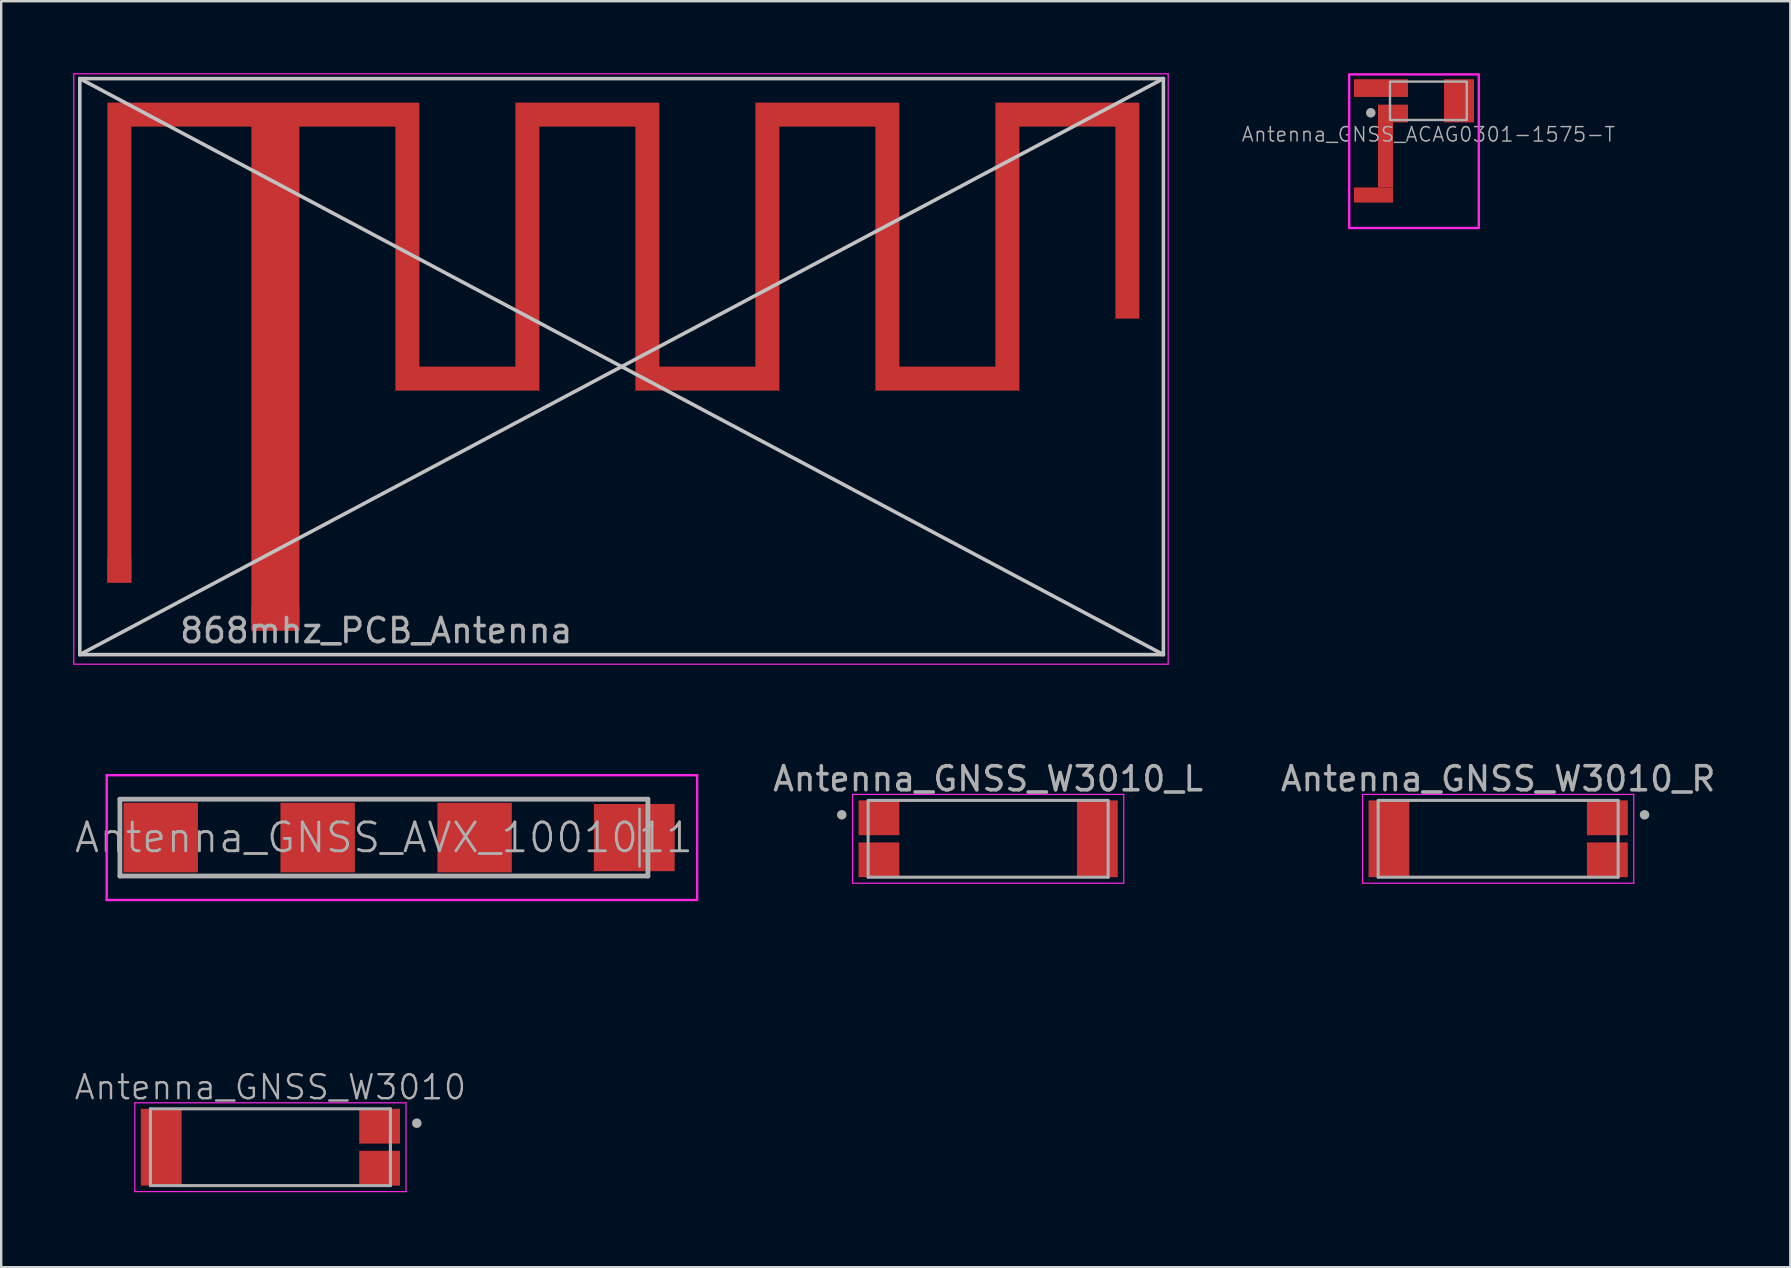
<source format=kicad_pcb>
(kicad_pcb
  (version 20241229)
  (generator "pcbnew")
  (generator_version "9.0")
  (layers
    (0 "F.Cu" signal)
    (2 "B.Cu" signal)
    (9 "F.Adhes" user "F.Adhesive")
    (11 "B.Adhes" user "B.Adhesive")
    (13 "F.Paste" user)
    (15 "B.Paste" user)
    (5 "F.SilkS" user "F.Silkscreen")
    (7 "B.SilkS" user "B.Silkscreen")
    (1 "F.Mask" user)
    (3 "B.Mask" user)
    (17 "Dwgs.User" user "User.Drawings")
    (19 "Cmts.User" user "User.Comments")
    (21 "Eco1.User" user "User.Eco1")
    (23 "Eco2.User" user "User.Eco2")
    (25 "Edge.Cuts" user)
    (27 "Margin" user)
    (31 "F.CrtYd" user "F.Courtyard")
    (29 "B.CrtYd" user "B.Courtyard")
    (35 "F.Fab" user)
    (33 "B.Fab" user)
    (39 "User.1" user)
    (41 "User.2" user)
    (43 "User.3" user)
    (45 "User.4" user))
  (footprint "Antenna_GNSS_W3010_L"
    (layer "F.Cu")
    (at 38.123 31.9)
    (property "Reference" "Antenna_GNSS_W3010_L" (at 0 -2.5 0) (layer "F.Fab") (effects (font (size 1 1) (thickness 0.15))))
    (attr smd)
    (fp_line (start -5.65 -1.85) (end 5.65 -1.85) (stroke (width 0.05) (type solid)) (layer "F.CrtYd"))
    (fp_line (start -5.65 1.85) (end -5.65 -1.85) (stroke (width 0.05) (type solid)) (layer "F.CrtYd"))
    (fp_line (start 5.65 -1.85) (end 5.65 1.85) (stroke (width 0.05) (type solid)) (layer "F.CrtYd"))
    (fp_line (start 5.65 1.85) (end -5.65 1.85) (stroke (width 0.05) (type solid)) (layer "F.CrtYd"))
    (fp_line (start -5 -1.6) (end 5 -1.6) (stroke (width 0.127) (type solid)) (layer "F.Fab"))
    (fp_line (start -5 1.6) (end -5 -1.6) (stroke (width 0.127) (type solid)) (layer "F.Fab"))
    (fp_line (start 5 -1.6) (end 5 1.6) (stroke (width 0.127) (type solid)) (layer "F.Fab"))
    (fp_line (start 5 1.6) (end -5 1.6) (stroke (width 0.127) (type solid)) (layer "F.Fab"))
    (fp_circle (center -6.1 -1) (end -6 -1) (stroke (width 0.2) (type solid)) (fill no) (layer "F.Fab"))
    (pad "1" smd rect (at -4.55 -0.875 270) (size 1.45 1.7) (layers "F.Cu" "F.Mask" "F.Paste"))
    (pad "2" smd rect (at -4.55 0.875 270) (size 1.45 1.7) (layers "F.Cu" "F.Mask" "F.Paste"))
    (pad "2" smd rect (at 4.55 0 270) (size 3.2 1.7) (layers "F.Cu" "F.Mask" "F.Paste"))
    (zone (net_name "") (layer "F.Cu") (hatch full 0.508) (connect_pads) (min_thickness 0.01) (filled_areas_thickness no) (keepout (tracks not_allowed) (vias not_allowed) (pads not_allowed) (copperpour not_allowed) (footprints allowed)) (placement (enabled no)) (fill) (polygon (pts (xy 32.723 27.65) (xy 43.523 27.65) (xy 43.523 30.3) (xy 41.823 30.3) (xy 41.823 31.75) (xy 43.523 31.75) (xy 43.523 32.05) (xy 41.823 32.05) (xy 41.823 33.5) (xy 43.523 33.5) (xy 43.523 33.9) (xy 32.723 33.9) (xy 32.723 33.5) (xy 34.423 33.5) (xy 34.423 30.3) (xy 32.723 30.3))))
    (zone (net_name "") (layers "F.Cu" "B.Cu") (hatch full 0.508) (connect_pads) (min_thickness 0.01) (filled_areas_thickness no) (keepout (tracks allowed) (vias not_allowed) (pads allowed) (copperpour allowed) (footprints allowed)) (placement (enabled no)) (fill) (polygon (pts (xy 32.723 27.65) (xy 43.523 27.65) (xy 43.523 30.3) (xy 41.823 30.3) (xy 41.823 31.75) (xy 43.523 31.75) (xy 43.523 32.05) (xy 41.823 32.05) (xy 41.823 33.5) (xy 43.523 33.5) (xy 43.523 33.9) (xy 32.723 33.9) (xy 32.723 33.5) (xy 34.423 33.5) (xy 34.423 30.3) (xy 32.723 30.3))))
    (zone (net_name "") (layer "B.Cu") (hatch full 0.508) (connect_pads) (min_thickness 0.01) (filled_areas_thickness no) (keepout (tracks not_allowed) (vias not_allowed) (pads not_allowed) (copperpour not_allowed) (footprints allowed)) (placement (enabled no)) (fill) (polygon (pts (xy 32.723 27.65) (xy 43.523 27.65) (xy 43.523 30.3) (xy 41.823 30.3) (xy 41.823 31.75) (xy 43.523 31.75) (xy 43.523 32.05) (xy 41.823 32.05) (xy 41.823 33.5) (xy 43.523 33.5) (xy 43.523 33.9) (xy 32.723 33.9) (xy 32.723 33.5) (xy 34.423 33.5) (xy 34.423 30.3) (xy 32.723 30.3)))))
  (footprint "Antenna_GNSS_W3010_R"
    (layer "F.Cu")
    (at 59.373 31.9)
    (property "Reference" "Antenna_GNSS_W3010_R" (at 0 -2.5 0) (layer "F.Fab") (effects (font (size 1 1) (thickness 0.15))))
    (attr smd)
    (fp_line (start -5.65 -1.85) (end 5.65 -1.85) (stroke (width 0.05) (type solid)) (layer "F.CrtYd"))
    (fp_line (start -5.65 1.85) (end -5.65 -1.85) (stroke (width 0.05) (type solid)) (layer "F.CrtYd"))
    (fp_line (start 5.65 -1.85) (end 5.65 1.85) (stroke (width 0.05) (type solid)) (layer "F.CrtYd"))
    (fp_line (start 5.65 1.85) (end -5.65 1.85) (stroke (width 0.05) (type solid)) (layer "F.CrtYd"))
    (fp_line (start -5 -1.6) (end 5 -1.6) (stroke (width 0.127) (type solid)) (layer "F.Fab"))
    (fp_line (start -5 1.6) (end -5 -1.6) (stroke (width 0.127) (type solid)) (layer "F.Fab"))
    (fp_line (start 5 -1.6) (end 5 1.6) (stroke (width 0.127) (type solid)) (layer "F.Fab"))
    (fp_line (start 5 1.6) (end -5 1.6) (stroke (width 0.127) (type solid)) (layer "F.Fab"))
    (fp_circle (center 6.1 -1) (end 6.2 -1) (stroke (width 0.2) (type solid)) (fill no) (layer "F.Fab"))
    (pad "1" smd rect (at 4.55 -0.875 90) (size 1.45 1.7) (layers "F.Cu" "F.Mask" "F.Paste"))
    (pad "2" smd rect (at -4.55 0 90) (size 3.2 1.7) (layers "F.Cu" "F.Mask" "F.Paste"))
    (pad "2" smd rect (at 4.55 0.875 90) (size 1.45 1.7) (layers "F.Cu" "F.Mask" "F.Paste"))
    (zone (net_name "") (layer "F.Cu") (hatch full 0.508) (connect_pads) (min_thickness 0.01) (filled_areas_thickness no) (keepout (tracks not_allowed) (vias not_allowed) (pads not_allowed) (copperpour not_allowed) (footprints allowed)) (placement (enabled no)) (fill) (polygon (pts (xy 53.973 27.65) (xy 64.773 27.65) (xy 64.773 30.3) (xy 63.073 30.3) (xy 63.073 31.75) (xy 64.773 31.75) (xy 64.773 32.05) (xy 63.073 32.05) (xy 63.073 33.5) (xy 64.773 33.5) (xy 64.773 33.9) (xy 53.973 33.9) (xy 53.973 33.5) (xy 55.673 33.5) (xy 55.673 30.3) (xy 53.973 30.3))))
    (zone (net_name "") (layers "F.Cu" "B.Cu") (hatch full 0.508) (connect_pads) (min_thickness 0.01) (filled_areas_thickness no) (keepout (tracks allowed) (vias not_allowed) (pads allowed) (copperpour allowed) (footprints allowed)) (placement (enabled no)) (fill) (polygon (pts (xy 53.973 27.65) (xy 64.773 27.65) (xy 64.773 30.3) (xy 63.073 30.3) (xy 63.073 31.75) (xy 64.773 31.75) (xy 64.773 32.05) (xy 63.073 32.05) (xy 63.073 33.5) (xy 64.773 33.5) (xy 64.773 33.9) (xy 53.973 33.9) (xy 53.973 33.5) (xy 55.673 33.5) (xy 55.673 30.3) (xy 53.973 30.3))))
    (zone (net_name "") (layer "B.Cu") (hatch full 0.508) (connect_pads) (min_thickness 0.01) (filled_areas_thickness no) (keepout (tracks not_allowed) (vias not_allowed) (pads not_allowed) (copperpour not_allowed) (footprints allowed)) (placement (enabled no)) (fill) (polygon (pts (xy 53.973 27.65) (xy 64.773 27.65) (xy 64.773 30.3) (xy 63.073 30.3) (xy 63.073 31.75) (xy 64.773 31.75) (xy 64.773 32.05) (xy 63.073 32.05) (xy 63.073 33.5) (xy 64.773 33.5) (xy 64.773 33.9) (xy 53.973 33.9) (xy 53.973 33.5) (xy 55.673 33.5) (xy 55.673 30.3) (xy 53.973 30.3)))))
  (footprint "Antenna_GNSS_AVX_1001011"
    (layer "F.Cu")
    (at 1.946 30.25)
    (property "Reference" "Antenna_GNSS_AVX_1001011" (at 11 1.6 0) (layer "F.Fab") (effects (font (size 1.2 1.2) (thickness 0.12))))
    (attr smd)
    (fp_line (start 0 0) (end 0 3.2) (stroke (width 0.12) (type default)) (layer "F.SilkS"))
    (fp_line (start 0 0) (end 22 0) (stroke (width 0.12) (type default)) (layer "F.SilkS"))
    (fp_line (start 0 3.2) (end 22 3.2) (stroke (width 0.12) (type default)) (layer "F.SilkS"))
    (fp_line (start 22 0) (end 22 3.2) (stroke (width 0.12) (type default)) (layer "F.SilkS"))
    (fp_line (start -0.55 -1) (end 24.05 -1) (stroke (width 0.1) (type solid)) (layer "F.CrtYd"))
    (fp_line (start -0.55 4.2) (end -0.55 -1) (stroke (width 0.1) (type solid)) (layer "F.CrtYd"))
    (fp_line (start 24.05 -1) (end 24.05 4.2) (stroke (width 0.1) (type solid)) (layer "F.CrtYd"))
    (fp_line (start 24.05 4.2) (end -0.55 4.2) (stroke (width 0.1) (type solid)) (layer "F.CrtYd"))
    (fp_line (start 0 0) (end 22 0) (stroke (width 0.2) (type solid)) (layer "F.Fab"))
    (fp_line (start 0 3.2) (end 0 0) (stroke (width 0.2) (type solid)) (layer "F.Fab"))
    (fp_line (start 21.65 0.4) (end 21.65 2.8) (stroke (width 0.1) (type default)) (layer "F.Fab"))
    (fp_line (start 22 0) (end 22 3.2) (stroke (width 0.2) (type solid)) (layer "F.Fab"))
    (fp_line (start 22 3.2) (end 0 3.2) (stroke (width 0.2) (type solid)) (layer "F.Fab"))
    (pad "" smd rect (at 1.7 1.6 90) (size 2.9 3.1) (layers "F.Cu" "F.Mask" "F.Paste"))
    (pad "" smd rect (at 8.24 1.6 90) (size 2.9 3.1) (layers "F.Cu" "F.Mask" "F.Paste"))
    (pad "" smd rect (at 14.78 1.6 90) (size 2.9 3.1) (layers "F.Cu" "F.Mask" "F.Paste"))
    (pad "1" smd rect (at 20.8 1.6) (size 2.1 2.8) (layers "F.Cu" "F.Mask" "F.Paste"))
    (pad "1" smd rect (at 22.48 1.6) (size 1.27 2.8) (layers "F.Cu"))
    (zone (net_name "") (layer "F.Cu") (hatch edge 0.508) (connect_pads) (min_thickness 0.254) (filled_areas_thickness no) (keepout (tracks allowed) (vias not_allowed) (pads allowed) (copperpour not_allowed) (footprints allowed)) (placement (enabled no)) (fill (island_removal_mode 2) (island_area_min 10)) (polygon (pts (xy 25.516 33.65) (xy 23.446 34.05) (xy 23.446 35.95) (xy 21.346 35.95) (xy 21.346 27.65) (xy 25.516 27.65))))
    (zone (net_name "") (layers "F.Cu" "B.Cu" "F.Fab") (hatch edge 0.508) (connect_pads) (min_thickness 0.254) (filled_areas_thickness no) (keepout (tracks allowed) (vias not_allowed) (pads allowed) (copperpour not_allowed) (footprints allowed)) (placement (enabled no)) (fill (island_removal_mode 2) (island_area_min 10)) (polygon (pts (xy 21.346 35.95) (xy 1.246 35.95) (xy 1.246 27.65) (xy 21.346 27.65))))
    (zone (net_name "") (layers "B.Cu" "Cmts.User") (hatch edge 0.508) (connect_pads) (min_thickness 0.254) (filled_areas_thickness no) (keepout (tracks allowed) (vias not_allowed) (pads allowed) (copperpour not_allowed) (footprints allowed)) (placement (enabled no)) (fill (island_removal_mode 2) (island_area_min 10)) (polygon (pts (xy 19.846 37.5) (xy 1.246 37.5) (xy 1.246 27.65) (xy 19.846 27.65)))))
  (footprint "Antenna_GNSS_W3010"
    (layer "F.Cu")
    (at 8.217 44.75)
    (property "Reference" "Antenna_GNSS_W3010" (at 0 -2.5 0) (layer "F.Fab") (effects (font (size 1 1) (thickness 0.1))))
    (attr smd)
    (fp_line (start -5.65 -1.85) (end 5.65 -1.85) (stroke (width 0.05) (type solid)) (layer "F.CrtYd"))
    (fp_line (start -5.65 1.85) (end -5.65 -1.85) (stroke (width 0.05) (type solid)) (layer "F.CrtYd"))
    (fp_line (start 5.65 -1.85) (end 5.65 1.85) (stroke (width 0.05) (type solid)) (layer "F.CrtYd"))
    (fp_line (start 5.65 1.85) (end -5.65 1.85) (stroke (width 0.05) (type solid)) (layer "F.CrtYd"))
    (fp_line (start -5 -1.6) (end 5 -1.6) (stroke (width 0.127) (type solid)) (layer "F.Fab"))
    (fp_line (start -5 1.6) (end -5 -1.6) (stroke (width 0.127) (type solid)) (layer "F.Fab"))
    (fp_line (start 5 -1.6) (end 5 1.6) (stroke (width 0.127) (type solid)) (layer "F.Fab"))
    (fp_line (start 5 1.6) (end -5 1.6) (stroke (width 0.127) (type solid)) (layer "F.Fab"))
    (fp_circle (center 6.1 -1) (end 6.2 -1) (stroke (width 0.2) (type solid)) (fill no) (layer "F.Fab"))
    (pad "1" smd rect (at 4.55 -0.875 90) (size 1.45 1.7) (layers "F.Cu" "F.Mask" "F.Paste"))
    (pad "2" smd rect (at -4.55 0 90) (size 3.2 1.7) (layers "F.Cu" "F.Mask" "F.Paste"))
    (pad "2" smd rect (at 4.55 0.875 90) (size 1.45 1.7) (layers "F.Cu" "F.Mask" "F.Paste"))
    (zone (net_name "") (layer "F.Cu") (hatch full 0.508) (connect_pads) (min_thickness 0.01) (filled_areas_thickness no) (keepout (tracks not_allowed) (vias not_allowed) (pads not_allowed) (copperpour not_allowed) (footprints allowed)) (placement (enabled no)) (fill) (polygon (pts (xy 2.817 40.5) (xy 13.617 40.5) (xy 13.617 43.15) (xy 11.917 43.15) (xy 11.917 44.6) (xy 13.617 44.6) (xy 13.617 44.9) (xy 11.917 44.9) (xy 11.917 46.35) (xy 13.617 46.35) (xy 13.617 46.75) (xy 2.817 46.75) (xy 2.817 46.35) (xy 4.517 46.35) (xy 4.517 43.15) (xy 2.817 43.15))))
    (zone (net_name "") (layers "F.Cu" "B.Cu") (hatch full 0.508) (connect_pads) (min_thickness 0.01) (filled_areas_thickness no) (keepout (tracks allowed) (vias not_allowed) (pads allowed) (copperpour allowed) (footprints allowed)) (placement (enabled no)) (fill) (polygon (pts (xy 2.817 40.5) (xy 13.617 40.5) (xy 13.617 43.15) (xy 11.917 43.15) (xy 11.917 44.6) (xy 13.617 44.6) (xy 13.617 44.9) (xy 11.917 44.9) (xy 11.917 46.35) (xy 13.617 46.35) (xy 13.617 46.75) (xy 2.817 46.75) (xy 2.817 46.35) (xy 4.517 46.35) (xy 4.517 43.15) (xy 2.817 43.15))))
    (zone (net_name "") (layer "B.Cu") (hatch full 0.508) (connect_pads) (min_thickness 0.01) (filled_areas_thickness no) (keepout (tracks not_allowed) (vias not_allowed) (pads not_allowed) (copperpour not_allowed) (footprints allowed)) (placement (enabled no)) (fill) (polygon (pts (xy 2.817 40.5) (xy 13.617 40.5) (xy 13.617 43.15) (xy 11.917 43.15) (xy 11.917 44.6) (xy 13.617 44.6) (xy 13.617 44.9) (xy 11.917 44.9) (xy 11.917 46.35) (xy 13.617 46.35) (xy 13.617 46.75) (xy 2.817 46.75) (xy 2.817 46.35) (xy 4.517 46.35) (xy 4.517 43.15) (xy 2.817 43.15)))))
  (footprint "Antenna_GNSS_ACAG0301-1575-T"
    (layer "F.Cu")
    (at 53.366 0.25)
    (property "Reference" "Antenna_GNSS_ACAG0301-1575-T" (at 3.1 2.3 0) (layer "F.Fab") (effects (font (size 0.6 0.6) (thickness 0.06))))
    (attr smd)
    (fp_rect (start -0.2 -0.2) (end 5.2 6.2) (stroke (width 0.1) (type default)) (fill no) (layer "F.CrtYd"))
    (fp_rect (start 1.5 0.1) (end 4.7 1.7) (stroke (width 0.1) (type default)) (fill no) (layer "F.Fab"))
    (fp_circle (center 0.7 1.4) (end 0.8 1.4) (stroke (width 0.2) (type solid)) (fill no) (layer "F.Fab"))
    (pad "1" smd rect (at 0.815 4.825) (size 1.63 0.63) (layers "F.Cu"))
    (pad "1" smd rect (at 1.315 2.785) (size 0.63 3.45) (layers "F.Cu"))
    (pad "1" smd rect (at 1.94 1.43) (size 0.62 0.74) (layers "F.Cu" "F.Mask" "F.Paste"))
    (pad "2" smd rect (at 0.815 0.37) (size 1.63 0.74) (layers "F.Cu"))
    (pad "2" smd rect (at 1.94 0.37) (size 0.62 0.74) (layers "F.Cu" "F.Mask" "F.Paste"))
    (pad "2" smd rect (at 4.375 0.9) (size 1.25 1.8) (layers "F.Cu" "F.Mask" "F.Paste"))
    (zone (net_name "") (layers "F.Cu" "B.Cu" "Cmts.User") (hatch edge 0.5) (connect_pads) (min_thickness 0.25) (filled_areas_thickness no) (keepout (tracks allowed) (vias allowed) (pads allowed) (copperpour not_allowed) (footprints allowed)) (placement (enabled no)) (fill) (polygon (pts (xy 53.366 0.25) (xy 53.366 6.25) (xy 58.366 6.25) (xy 58.366 0.25)))))
  (footprint "868mhz_PCB_Antenna"
    (layer "F.Cu")
    (at 12.425 24.225)
    (property "Reference" "868mhz_PCB_Antenna" (at 0.2 -1 0) (layer "F.Fab") (effects (font (size 1 1) (thickness 0.15))))
    (attr exclude_from_pos_files exclude_from_bom)
    (fp_poly (pts (xy 2 -12) (xy 6 -12) (xy 6 -23) (xy 12 -23) (xy 12 -12) (xy 16 -12) (xy 16 -23) (xy 22 -23) (xy 22 -12) (xy 26 -12) (xy 26 -23) (xy 32 -23) (xy 32 -14) (xy 31 -14) (xy 31 -22) (xy 27 -22) (xy 27 -11) (xy 21 -11) (xy 21 -22) (xy 17 -22) (xy 17 -11) (xy 11 -11) (xy 11 -22) (xy 7 -22) (xy 7 -11) (xy 1 -11) (xy 1 -22) (xy -3 -22) (xy -3 -1) (xy -5 -1) (xy -5 -22) (xy -10 -22) (xy -10 -3) (xy -11 -3) (xy -11 -23) (xy 2 -23)) (stroke (width 0) (type solid)) (fill yes) (layer "F.Cu"))
    (fp_line (start -12.15 0) (end -12.15 -24) (stroke (width 0.15) (type solid)) (layer "Dwgs.User"))
    (fp_line (start 33 -24) (end -12.15 -24) (stroke (width 0.15) (type solid)) (layer "Dwgs.User"))
    (fp_line (start 33 -24) (end -12.15 0) (stroke (width 0.15) (type solid)) (layer "Dwgs.User"))
    (fp_line (start 33 0) (end -12.15 -24) (stroke (width 0.15) (type solid)) (layer "Dwgs.User"))
    (fp_line (start 33 0) (end -12.15 0) (stroke (width 0.15) (type solid)) (layer "Dwgs.User"))
    (fp_line (start 33 0) (end 33 -24) (stroke (width 0.15) (type solid)) (layer "Dwgs.User"))
    (fp_line (start -12.4 -24.2) (end -12.4 0.4) (stroke (width 0.05) (type solid)) (layer "F.CrtYd"))
    (fp_line (start -12.4 -24.2) (end 33.2 -24.2) (stroke (width 0.05) (type solid)) (layer "F.CrtYd"))
    (fp_line (start 33.2 0.4) (end -12.4 0.4) (stroke (width 0.05) (type solid)) (layer "F.CrtYd"))
    (fp_line (start 33.2 0.4) (end 33.2 -24.2) (stroke (width 0.05) (type solid)) (layer "F.CrtYd"))
    (pad "1" connect rect (at -4 -1.5) (size 2 1) (layers "F.Cu"))
    (pad "2" connect rect (at -10.5 -3.5) (size 1 1) (layers "F.Cu")))
  (gr_rect
    (start -3 -3)
    (end 71.546 49.75)
    (stroke (width 0.1) (type default))
    (fill no)
    (layer "Edge.Cuts")))
</source>
